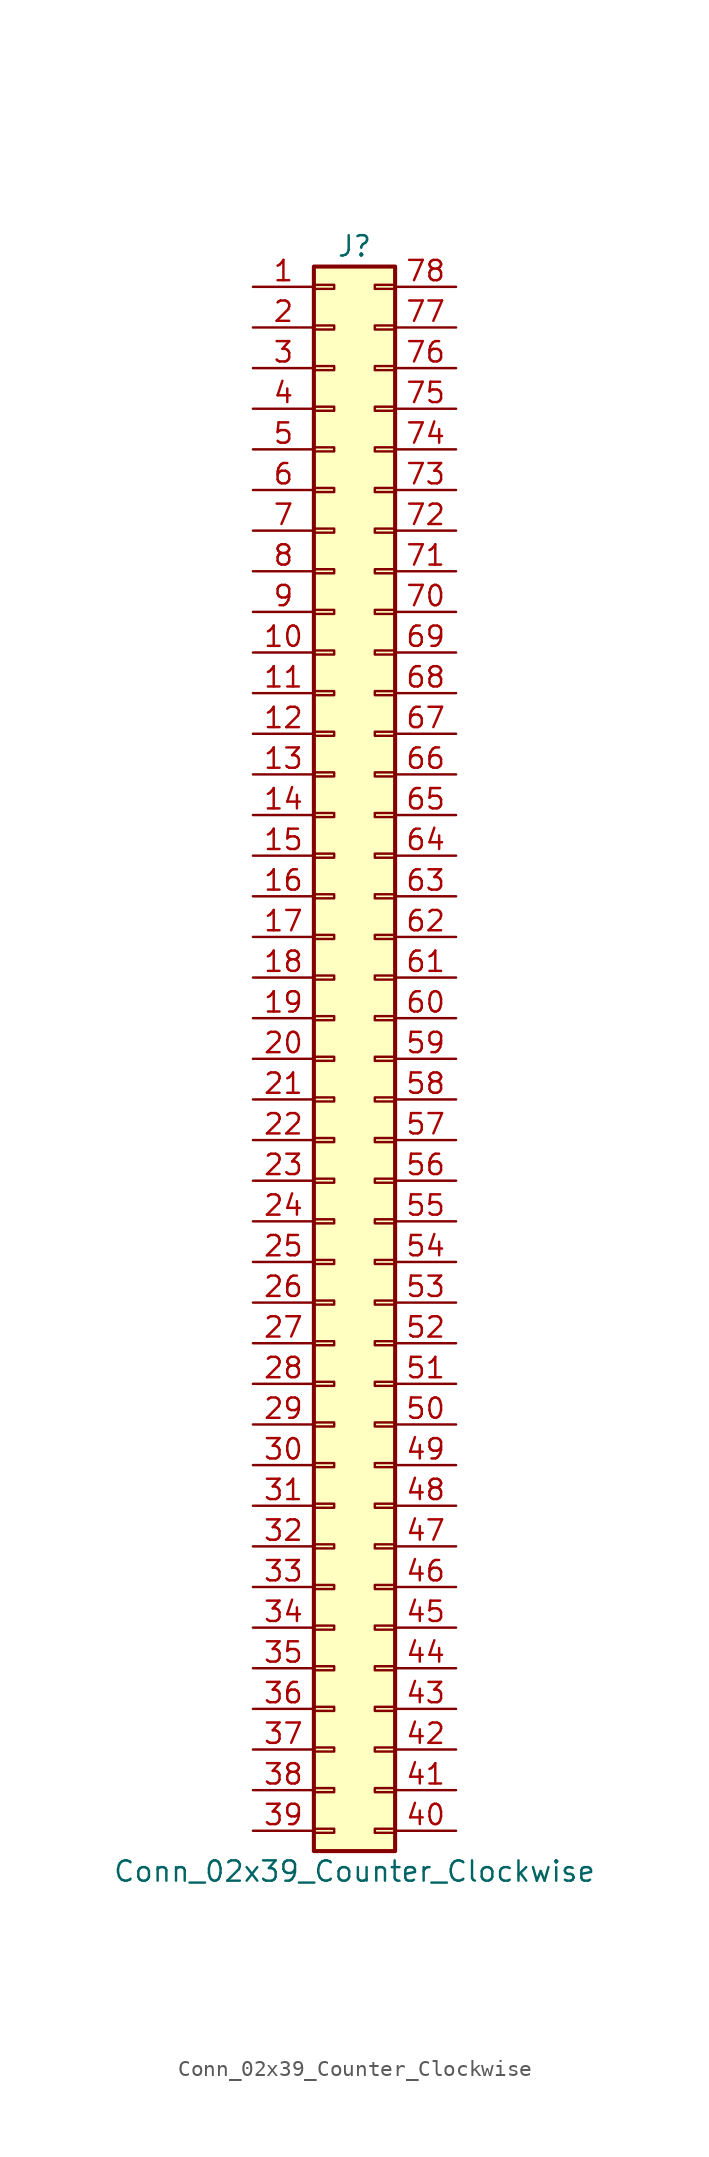
<source format=kicad_sym>
(kicad_symbol_lib
  (version 20201005)
  (generator kicad_symbol_editor)
  (symbol "Conn_02x39_Counter_Clockwise"
    (pin_names
      (offset 1.016) hide)
    (property "Reference" "J"
      (at 1.27 50.8 0)
      (effects (font (size 1.27 1.27))))
    (property "Value" "Conn_02x39_Counter_Clockwise"
      (at 1.27 -50.8 0)
      (effects (font (size 1.27 1.27))))
    (symbol "Conn_02x39_Counter_Clockwise_1_1"
      (rectangle (start -1.27 -48.133) (end 0 -48.387) (stroke (width 0.152)) (fill (type none)))
      (rectangle (start -1.27 -45.593) (end 0 -45.847) (stroke (width 0.152)) (fill (type none)))
      (rectangle (start -1.27 -43.053) (end 0 -43.307) (stroke (width 0.152)) (fill (type none)))
      (rectangle (start -1.27 -40.513) (end 0 -40.767) (stroke (width 0.152)) (fill (type none)))
      (rectangle (start -1.27 -37.973) (end 0 -38.227) (stroke (width 0.152)) (fill (type none)))
      (rectangle (start -1.27 -35.433) (end 0 -35.687) (stroke (width 0.152)) (fill (type none)))
      (rectangle (start -1.27 -32.893) (end 0 -33.147) (stroke (width 0.152)) (fill (type none)))
      (rectangle (start -1.27 -30.353) (end 0 -30.607) (stroke (width 0.152)) (fill (type none)))
      (rectangle (start -1.27 -27.813) (end 0 -28.067) (stroke (width 0.152)) (fill (type none)))
      (rectangle (start -1.27 -25.273) (end 0 -25.527) (stroke (width 0.152)) (fill (type none)))
      (rectangle (start -1.27 -22.733) (end 0 -22.987) (stroke (width 0.152)) (fill (type none)))
      (rectangle (start -1.27 -20.193) (end 0 -20.447) (stroke (width 0.152)) (fill (type none)))
      (rectangle (start -1.27 -17.653) (end 0 -17.907) (stroke (width 0.152)) (fill (type none)))
      (rectangle (start -1.27 -15.113) (end 0 -15.367) (stroke (width 0.152)) (fill (type none)))
      (rectangle (start -1.27 -12.573) (end 0 -12.827) (stroke (width 0.152)) (fill (type none)))
      (rectangle (start -1.27 -10.033) (end 0 -10.287) (stroke (width 0.152)) (fill (type none)))
      (rectangle (start -1.27 -7.493) (end 0 -7.747) (stroke (width 0.152)) (fill (type none)))
      (rectangle (start -1.27 -4.953) (end 0 -5.207) (stroke (width 0.152)) (fill (type none)))
      (rectangle (start -1.27 -2.413) (end 0 -2.667) (stroke (width 0.152)) (fill (type none)))
      (rectangle (start -1.27 0.127) (end 0 -0.127) (stroke (width 0.152)) (fill (type none)))
      (rectangle (start -1.27 2.667) (end 0 2.413) (stroke (width 0.152)) (fill (type none)))
      (rectangle (start -1.27 5.207) (end 0 4.953) (stroke (width 0.152)) (fill (type none)))
      (rectangle (start -1.27 7.747) (end 0 7.493) (stroke (width 0.152)) (fill (type none)))
      (rectangle (start -1.27 10.287) (end 0 10.033) (stroke (width 0.152)) (fill (type none)))
      (rectangle (start -1.27 12.827) (end 0 12.573) (stroke (width 0.152)) (fill (type none)))
      (rectangle (start -1.27 15.367) (end 0 15.113) (stroke (width 0.152)) (fill (type none)))
      (rectangle (start -1.27 17.907) (end 0 17.653) (stroke (width 0.152)) (fill (type none)))
      (rectangle (start -1.27 20.447) (end 0 20.193) (stroke (width 0.152)) (fill (type none)))
      (rectangle (start -1.27 22.987) (end 0 22.733) (stroke (width 0.152)) (fill (type none)))
      (rectangle (start -1.27 25.527) (end 0 25.273) (stroke (width 0.152)) (fill (type none)))
      (rectangle (start -1.27 28.067) (end 0 27.813) (stroke (width 0.152)) (fill (type none)))
      (rectangle (start -1.27 30.607) (end 0 30.353) (stroke (width 0.152)) (fill (type none)))
      (rectangle (start -1.27 33.147) (end 0 32.893) (stroke (width 0.152)) (fill (type none)))
      (rectangle (start -1.27 35.687) (end 0 35.433) (stroke (width 0.152)) (fill (type none)))
      (rectangle (start -1.27 38.227) (end 0 37.973) (stroke (width 0.152)) (fill (type none)))
      (rectangle (start -1.27 40.767) (end 0 40.513) (stroke (width 0.152)) (fill (type none)))
      (rectangle (start -1.27 43.307) (end 0 43.053) (stroke (width 0.152)) (fill (type none)))
      (rectangle (start -1.27 45.847) (end 0 45.593) (stroke (width 0.152)) (fill (type none)))
      (rectangle (start -1.27 48.387) (end 0 48.133) (stroke (width 0.152)) (fill (type none)))
      (rectangle (start 3.81 -48.133) (end 2.54 -48.387) (stroke (width 0.152)) (fill (type none)))
      (rectangle (start 3.81 -45.593) (end 2.54 -45.847) (stroke (width 0.152)) (fill (type none)))
      (rectangle (start 3.81 -43.053) (end 2.54 -43.307) (stroke (width 0.152)) (fill (type none)))
      (rectangle (start 3.81 -40.513) (end 2.54 -40.767) (stroke (width 0.152)) (fill (type none)))
      (rectangle (start 3.81 -37.973) (end 2.54 -38.227) (stroke (width 0.152)) (fill (type none)))
      (rectangle (start 3.81 -35.433) (end 2.54 -35.687) (stroke (width 0.152)) (fill (type none)))
      (rectangle (start 3.81 -32.893) (end 2.54 -33.147) (stroke (width 0.152)) (fill (type none)))
      (rectangle (start 3.81 -30.353) (end 2.54 -30.607) (stroke (width 0.152)) (fill (type none)))
      (rectangle (start 3.81 -27.813) (end 2.54 -28.067) (stroke (width 0.152)) (fill (type none)))
      (rectangle (start 3.81 -25.273) (end 2.54 -25.527) (stroke (width 0.152)) (fill (type none)))
      (rectangle (start 3.81 -22.733) (end 2.54 -22.987) (stroke (width 0.152)) (fill (type none)))
      (rectangle (start 3.81 -20.193) (end 2.54 -20.447) (stroke (width 0.152)) (fill (type none)))
      (rectangle (start 3.81 -17.653) (end 2.54 -17.907) (stroke (width 0.152)) (fill (type none)))
      (rectangle (start 3.81 -15.113) (end 2.54 -15.367) (stroke (width 0.152)) (fill (type none)))
      (rectangle (start 3.81 -12.573) (end 2.54 -12.827) (stroke (width 0.152)) (fill (type none)))
      (rectangle (start 3.81 -10.033) (end 2.54 -10.287) (stroke (width 0.152)) (fill (type none)))
      (rectangle (start 3.81 -7.493) (end 2.54 -7.747) (stroke (width 0.152)) (fill (type none)))
      (rectangle (start 3.81 -4.953) (end 2.54 -5.207) (stroke (width 0.152)) (fill (type none)))
      (rectangle (start 3.81 -2.413) (end 2.54 -2.667) (stroke (width 0.152)) (fill (type none)))
      (rectangle (start 3.81 0.127) (end 2.54 -0.127) (stroke (width 0.152)) (fill (type none)))
      (rectangle (start 3.81 2.667) (end 2.54 2.413) (stroke (width 0.152)) (fill (type none)))
      (rectangle (start 3.81 5.207) (end 2.54 4.953) (stroke (width 0.152)) (fill (type none)))
      (rectangle (start 3.81 7.747) (end 2.54 7.493) (stroke (width 0.152)) (fill (type none)))
      (rectangle (start 3.81 10.287) (end 2.54 10.033) (stroke (width 0.152)) (fill (type none)))
      (rectangle (start 3.81 12.827) (end 2.54 12.573) (stroke (width 0.152)) (fill (type none)))
      (rectangle (start 3.81 15.367) (end 2.54 15.113) (stroke (width 0.152)) (fill (type none)))
      (rectangle (start 3.81 17.907) (end 2.54 17.653) (stroke (width 0.152)) (fill (type none)))
      (rectangle (start 3.81 20.447) (end 2.54 20.193) (stroke (width 0.152)) (fill (type none)))
      (rectangle (start 3.81 22.987) (end 2.54 22.733) (stroke (width 0.152)) (fill (type none)))
      (rectangle (start 3.81 25.527) (end 2.54 25.273) (stroke (width 0.152)) (fill (type none)))
      (rectangle (start 3.81 28.067) (end 2.54 27.813) (stroke (width 0.152)) (fill (type none)))
      (rectangle (start 3.81 30.607) (end 2.54 30.353) (stroke (width 0.152)) (fill (type none)))
      (rectangle (start 3.81 33.147) (end 2.54 32.893) (stroke (width 0.152)) (fill (type none)))
      (rectangle (start 3.81 35.687) (end 2.54 35.433) (stroke (width 0.152)) (fill (type none)))
      (rectangle (start 3.81 38.227) (end 2.54 37.973) (stroke (width 0.152)) (fill (type none)))
      (rectangle (start 3.81 40.767) (end 2.54 40.513) (stroke (width 0.152)) (fill (type none)))
      (rectangle (start 3.81 43.307) (end 2.54 43.053) (stroke (width 0.152)) (fill (type none)))
      (rectangle (start 3.81 45.847) (end 2.54 45.593) (stroke (width 0.152)) (fill (type none)))
      (rectangle (start 3.81 48.387) (end 2.54 48.133) (stroke (width 0.152)) (fill (type none)))
      (rectangle (start -1.27 49.53) (end 3.81 -49.53) (stroke (width 0.254)) (fill (type background)))
      (pin passive line (at -5.08 48.26 0) (length 3.81) (name "Pin_1" (effects (font (size 1.27 1.27)))) (number "1" (effects (font (size 1.27 1.27)))))
      (pin passive line (at -5.08 25.4 0) (length 3.81) (name "Pin_10" (effects (font (size 1.27 1.27)))) (number "10" (effects (font (size 1.27 1.27)))))
      (pin passive line (at -5.08 22.86 0) (length 3.81) (name "Pin_11" (effects (font (size 1.27 1.27)))) (number "11" (effects (font (size 1.27 1.27)))))
      (pin passive line (at -5.08 20.32 0) (length 3.81) (name "Pin_12" (effects (font (size 1.27 1.27)))) (number "12" (effects (font (size 1.27 1.27)))))
      (pin passive line (at -5.08 17.78 0) (length 3.81) (name "Pin_13" (effects (font (size 1.27 1.27)))) (number "13" (effects (font (size 1.27 1.27)))))
      (pin passive line (at -5.08 15.24 0) (length 3.81) (name "Pin_14" (effects (font (size 1.27 1.27)))) (number "14" (effects (font (size 1.27 1.27)))))
      (pin passive line (at -5.08 12.7 0) (length 3.81) (name "Pin_15" (effects (font (size 1.27 1.27)))) (number "15" (effects (font (size 1.27 1.27)))))
      (pin passive line (at -5.08 10.16 0) (length 3.81) (name "Pin_16" (effects (font (size 1.27 1.27)))) (number "16" (effects (font (size 1.27 1.27)))))
      (pin passive line (at -5.08 7.62 0) (length 3.81) (name "Pin_17" (effects (font (size 1.27 1.27)))) (number "17" (effects (font (size 1.27 1.27)))))
      (pin passive line (at -5.08 5.08 0) (length 3.81) (name "Pin_18" (effects (font (size 1.27 1.27)))) (number "18" (effects (font (size 1.27 1.27)))))
      (pin passive line (at -5.08 2.54 0) (length 3.81) (name "Pin_19" (effects (font (size 1.27 1.27)))) (number "19" (effects (font (size 1.27 1.27)))))
      (pin passive line (at -5.08 45.72 0) (length 3.81) (name "Pin_2" (effects (font (size 1.27 1.27)))) (number "2" (effects (font (size 1.27 1.27)))))
      (pin passive line (at -5.08 0 0) (length 3.81) (name "Pin_20" (effects (font (size 1.27 1.27)))) (number "20" (effects (font (size 1.27 1.27)))))
      (pin passive line (at -5.08 -2.54 0) (length 3.81) (name "Pin_21" (effects (font (size 1.27 1.27)))) (number "21" (effects (font (size 1.27 1.27)))))
      (pin passive line (at -5.08 -5.08 0) (length 3.81) (name "Pin_22" (effects (font (size 1.27 1.27)))) (number "22" (effects (font (size 1.27 1.27)))))
      (pin passive line (at -5.08 -7.62 0) (length 3.81) (name "Pin_23" (effects (font (size 1.27 1.27)))) (number "23" (effects (font (size 1.27 1.27)))))
      (pin passive line (at -5.08 -10.16 0) (length 3.81) (name "Pin_24" (effects (font (size 1.27 1.27)))) (number "24" (effects (font (size 1.27 1.27)))))
      (pin passive line (at -5.08 -12.7 0) (length 3.81) (name "Pin_25" (effects (font (size 1.27 1.27)))) (number "25" (effects (font (size 1.27 1.27)))))
      (pin passive line (at -5.08 -15.24 0) (length 3.81) (name "Pin_26" (effects (font (size 1.27 1.27)))) (number "26" (effects (font (size 1.27 1.27)))))
      (pin passive line (at -5.08 -17.78 0) (length 3.81) (name "Pin_27" (effects (font (size 1.27 1.27)))) (number "27" (effects (font (size 1.27 1.27)))))
      (pin passive line (at -5.08 -20.32 0) (length 3.81) (name "Pin_28" (effects (font (size 1.27 1.27)))) (number "28" (effects (font (size 1.27 1.27)))))
      (pin passive line (at -5.08 -22.86 0) (length 3.81) (name "Pin_29" (effects (font (size 1.27 1.27)))) (number "29" (effects (font (size 1.27 1.27)))))
      (pin passive line (at -5.08 43.18 0) (length 3.81) (name "Pin_3" (effects (font (size 1.27 1.27)))) (number "3" (effects (font (size 1.27 1.27)))))
      (pin passive line (at -5.08 -25.4 0) (length 3.81) (name "Pin_30" (effects (font (size 1.27 1.27)))) (number "30" (effects (font (size 1.27 1.27)))))
      (pin passive line (at -5.08 -27.94 0) (length 3.81) (name "Pin_31" (effects (font (size 1.27 1.27)))) (number "31" (effects (font (size 1.27 1.27)))))
      (pin passive line (at -5.08 -30.48 0) (length 3.81) (name "Pin_32" (effects (font (size 1.27 1.27)))) (number "32" (effects (font (size 1.27 1.27)))))
      (pin passive line (at -5.08 -33.02 0) (length 3.81) (name "Pin_33" (effects (font (size 1.27 1.27)))) (number "33" (effects (font (size 1.27 1.27)))))
      (pin passive line (at -5.08 -35.56 0) (length 3.81) (name "Pin_34" (effects (font (size 1.27 1.27)))) (number "34" (effects (font (size 1.27 1.27)))))
      (pin passive line (at -5.08 -38.1 0) (length 3.81) (name "Pin_35" (effects (font (size 1.27 1.27)))) (number "35" (effects (font (size 1.27 1.27)))))
      (pin passive line (at -5.08 -40.64 0) (length 3.81) (name "Pin_36" (effects (font (size 1.27 1.27)))) (number "36" (effects (font (size 1.27 1.27)))))
      (pin passive line (at -5.08 -43.18 0) (length 3.81) (name "Pin_37" (effects (font (size 1.27 1.27)))) (number "37" (effects (font (size 1.27 1.27)))))
      (pin passive line (at -5.08 -45.72 0) (length 3.81) (name "Pin_38" (effects (font (size 1.27 1.27)))) (number "38" (effects (font (size 1.27 1.27)))))
      (pin passive line (at -5.08 -48.26 0) (length 3.81) (name "Pin_39" (effects (font (size 1.27 1.27)))) (number "39" (effects (font (size 1.27 1.27)))))
      (pin passive line (at -5.08 40.64 0) (length 3.81) (name "Pin_4" (effects (font (size 1.27 1.27)))) (number "4" (effects (font (size 1.27 1.27)))))
      (pin passive line (at 7.62 -48.26 180) (length 3.81) (name "Pin_40" (effects (font (size 1.27 1.27)))) (number "40" (effects (font (size 1.27 1.27)))))
      (pin passive line (at 7.62 -45.72 180) (length 3.81) (name "Pin_41" (effects (font (size 1.27 1.27)))) (number "41" (effects (font (size 1.27 1.27)))))
      (pin passive line (at 7.62 -43.18 180) (length 3.81) (name "Pin_42" (effects (font (size 1.27 1.27)))) (number "42" (effects (font (size 1.27 1.27)))))
      (pin passive line (at 7.62 -40.64 180) (length 3.81) (name "Pin_43" (effects (font (size 1.27 1.27)))) (number "43" (effects (font (size 1.27 1.27)))))
      (pin passive line (at 7.62 -38.1 180) (length 3.81) (name "Pin_44" (effects (font (size 1.27 1.27)))) (number "44" (effects (font (size 1.27 1.27)))))
      (pin passive line (at 7.62 -35.56 180) (length 3.81) (name "Pin_45" (effects (font (size 1.27 1.27)))) (number "45" (effects (font (size 1.27 1.27)))))
      (pin passive line (at 7.62 -33.02 180) (length 3.81) (name "Pin_46" (effects (font (size 1.27 1.27)))) (number "46" (effects (font (size 1.27 1.27)))))
      (pin passive line (at 7.62 -30.48 180) (length 3.81) (name "Pin_47" (effects (font (size 1.27 1.27)))) (number "47" (effects (font (size 1.27 1.27)))))
      (pin passive line (at 7.62 -27.94 180) (length 3.81) (name "Pin_48" (effects (font (size 1.27 1.27)))) (number "48" (effects (font (size 1.27 1.27)))))
      (pin passive line (at 7.62 -25.4 180) (length 3.81) (name "Pin_49" (effects (font (size 1.27 1.27)))) (number "49" (effects (font (size 1.27 1.27)))))
      (pin passive line (at -5.08 38.1 0) (length 3.81) (name "Pin_5" (effects (font (size 1.27 1.27)))) (number "5" (effects (font (size 1.27 1.27)))))
      (pin passive line (at 7.62 -22.86 180) (length 3.81) (name "Pin_50" (effects (font (size 1.27 1.27)))) (number "50" (effects (font (size 1.27 1.27)))))
      (pin passive line (at 7.62 -20.32 180) (length 3.81) (name "Pin_51" (effects (font (size 1.27 1.27)))) (number "51" (effects (font (size 1.27 1.27)))))
      (pin passive line (at 7.62 -17.78 180) (length 3.81) (name "Pin_52" (effects (font (size 1.27 1.27)))) (number "52" (effects (font (size 1.27 1.27)))))
      (pin passive line (at 7.62 -15.24 180) (length 3.81) (name "Pin_53" (effects (font (size 1.27 1.27)))) (number "53" (effects (font (size 1.27 1.27)))))
      (pin passive line (at 7.62 -12.7 180) (length 3.81) (name "Pin_54" (effects (font (size 1.27 1.27)))) (number "54" (effects (font (size 1.27 1.27)))))
      (pin passive line (at 7.62 -10.16 180) (length 3.81) (name "Pin_55" (effects (font (size 1.27 1.27)))) (number "55" (effects (font (size 1.27 1.27)))))
      (pin passive line (at 7.62 -7.62 180) (length 3.81) (name "Pin_56" (effects (font (size 1.27 1.27)))) (number "56" (effects (font (size 1.27 1.27)))))
      (pin passive line (at 7.62 -5.08 180) (length 3.81) (name "Pin_57" (effects (font (size 1.27 1.27)))) (number "57" (effects (font (size 1.27 1.27)))))
      (pin passive line (at 7.62 -2.54 180) (length 3.81) (name "Pin_58" (effects (font (size 1.27 1.27)))) (number "58" (effects (font (size 1.27 1.27)))))
      (pin passive line (at 7.62 0 180) (length 3.81) (name "Pin_59" (effects (font (size 1.27 1.27)))) (number "59" (effects (font (size 1.27 1.27)))))
      (pin passive line (at -5.08 35.56 0) (length 3.81) (name "Pin_6" (effects (font (size 1.27 1.27)))) (number "6" (effects (font (size 1.27 1.27)))))
      (pin passive line (at 7.62 2.54 180) (length 3.81) (name "Pin_60" (effects (font (size 1.27 1.27)))) (number "60" (effects (font (size 1.27 1.27)))))
      (pin passive line (at 7.62 5.08 180) (length 3.81) (name "Pin_61" (effects (font (size 1.27 1.27)))) (number "61" (effects (font (size 1.27 1.27)))))
      (pin passive line (at 7.62 7.62 180) (length 3.81) (name "Pin_62" (effects (font (size 1.27 1.27)))) (number "62" (effects (font (size 1.27 1.27)))))
      (pin passive line (at 7.62 10.16 180) (length 3.81) (name "Pin_63" (effects (font (size 1.27 1.27)))) (number "63" (effects (font (size 1.27 1.27)))))
      (pin passive line (at 7.62 12.7 180) (length 3.81) (name "Pin_64" (effects (font (size 1.27 1.27)))) (number "64" (effects (font (size 1.27 1.27)))))
      (pin passive line (at 7.62 15.24 180) (length 3.81) (name "Pin_65" (effects (font (size 1.27 1.27)))) (number "65" (effects (font (size 1.27 1.27)))))
      (pin passive line (at 7.62 17.78 180) (length 3.81) (name "Pin_66" (effects (font (size 1.27 1.27)))) (number "66" (effects (font (size 1.27 1.27)))))
      (pin passive line (at 7.62 20.32 180) (length 3.81) (name "Pin_67" (effects (font (size 1.27 1.27)))) (number "67" (effects (font (size 1.27 1.27)))))
      (pin passive line (at 7.62 22.86 180) (length 3.81) (name "Pin_68" (effects (font (size 1.27 1.27)))) (number "68" (effects (font (size 1.27 1.27)))))
      (pin passive line (at 7.62 25.4 180) (length 3.81) (name "Pin_69" (effects (font (size 1.27 1.27)))) (number "69" (effects (font (size 1.27 1.27)))))
      (pin passive line (at -5.08 33.02 0) (length 3.81) (name "Pin_7" (effects (font (size 1.27 1.27)))) (number "7" (effects (font (size 1.27 1.27)))))
      (pin passive line (at 7.62 27.94 180) (length 3.81) (name "Pin_70" (effects (font (size 1.27 1.27)))) (number "70" (effects (font (size 1.27 1.27)))))
      (pin passive line (at 7.62 30.48 180) (length 3.81) (name "Pin_71" (effects (font (size 1.27 1.27)))) (number "71" (effects (font (size 1.27 1.27)))))
      (pin passive line (at 7.62 33.02 180) (length 3.81) (name "Pin_72" (effects (font (size 1.27 1.27)))) (number "72" (effects (font (size 1.27 1.27)))))
      (pin passive line (at 7.62 35.56 180) (length 3.81) (name "Pin_73" (effects (font (size 1.27 1.27)))) (number "73" (effects (font (size 1.27 1.27)))))
      (pin passive line (at 7.62 38.1 180) (length 3.81) (name "Pin_74" (effects (font (size 1.27 1.27)))) (number "74" (effects (font (size 1.27 1.27)))))
      (pin passive line (at 7.62 40.64 180) (length 3.81) (name "Pin_75" (effects (font (size 1.27 1.27)))) (number "75" (effects (font (size 1.27 1.27)))))
      (pin passive line (at 7.62 43.18 180) (length 3.81) (name "Pin_76" (effects (font (size 1.27 1.27)))) (number "76" (effects (font (size 1.27 1.27)))))
      (pin passive line (at 7.62 45.72 180) (length 3.81) (name "Pin_77" (effects (font (size 1.27 1.27)))) (number "77" (effects (font (size 1.27 1.27)))))
      (pin passive line (at 7.62 48.26 180) (length 3.81) (name "Pin_78" (effects (font (size 1.27 1.27)))) (number "78" (effects (font (size 1.27 1.27)))))
      (pin passive line (at -5.08 30.48 0) (length 3.81) (name "Pin_8" (effects (font (size 1.27 1.27)))) (number "8" (effects (font (size 1.27 1.27)))))
      (pin passive line (at -5.08 27.94 0) (length 3.81) (name "Pin_9" (effects (font (size 1.27 1.27)))) (number "9" (effects (font (size 1.27 1.27))))))))
</source>
